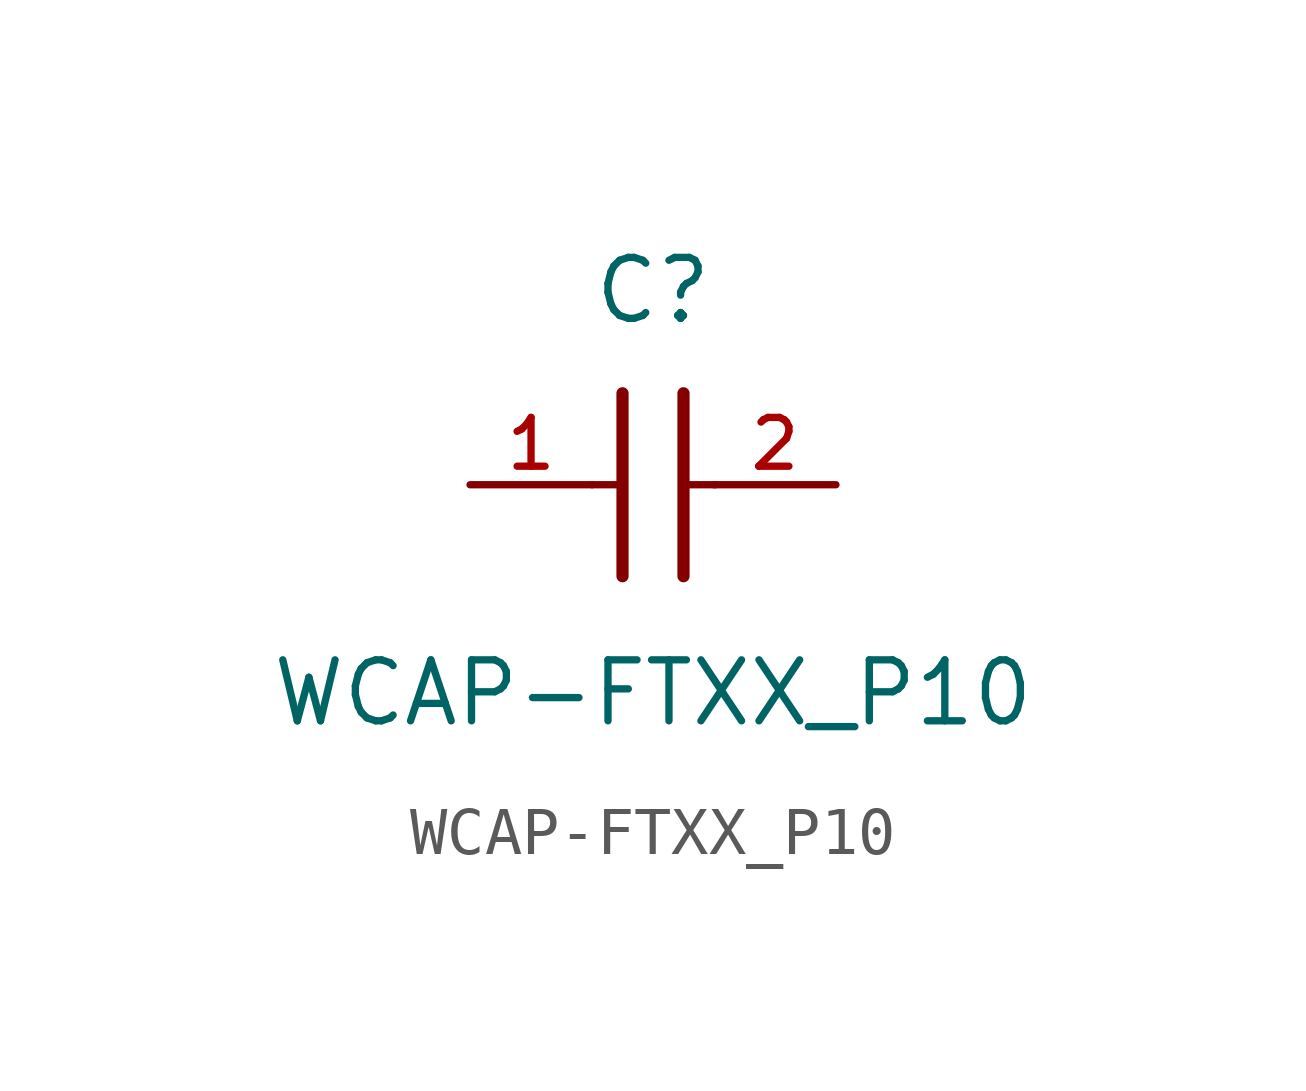
<source format=kicad_sym>
(kicad_symbol_lib
  (version 20211014)
  (generator kicad_symbol_editor)
  (symbol "WCAP-FTXX_P10"
    (pin_names
      (offset 1.016))
    (property "Reference" "C"
      (at 1.27 3.302 0)
      (effects (font (size 1.27 1.27)) (justify bottom)))
    (property "Value" "WCAP-FTXX_P10"
      (at 1.27 -5.08 0)
      (effects (font (size 1.27 1.27)) (justify bottom)))
    (symbol "WCAP-FTXX_P10_0_0"
      (polyline (pts (xy 1.905 1.905) (xy 1.905 -1.905)) (stroke (width 0.254)))
      (polyline (pts (xy 0.635 -1.905) (xy 0.635 1.905)) (stroke (width 0.254)))
      (polyline (pts (xy 0.0 0.0) (xy 0.643 0.0)) (stroke (width 0.152)))
      (polyline (pts (xy 1.928 0.0) (xy 2.57 0.0)) (stroke (width 0.152)))
      (pin passive line (at -2.54 0.0 0) (length 2.54) (name "~" (effects (font (size 1.016 1.016)))) (number "1" (effects (font (size 1.016 1.016)))))
      (pin passive line (at 5.08 0.0 180.0) (length 2.54) (name "~" (effects (font (size 1.016 1.016)))) (number "2" (effects (font (size 1.016 1.016))))))))
</source>
